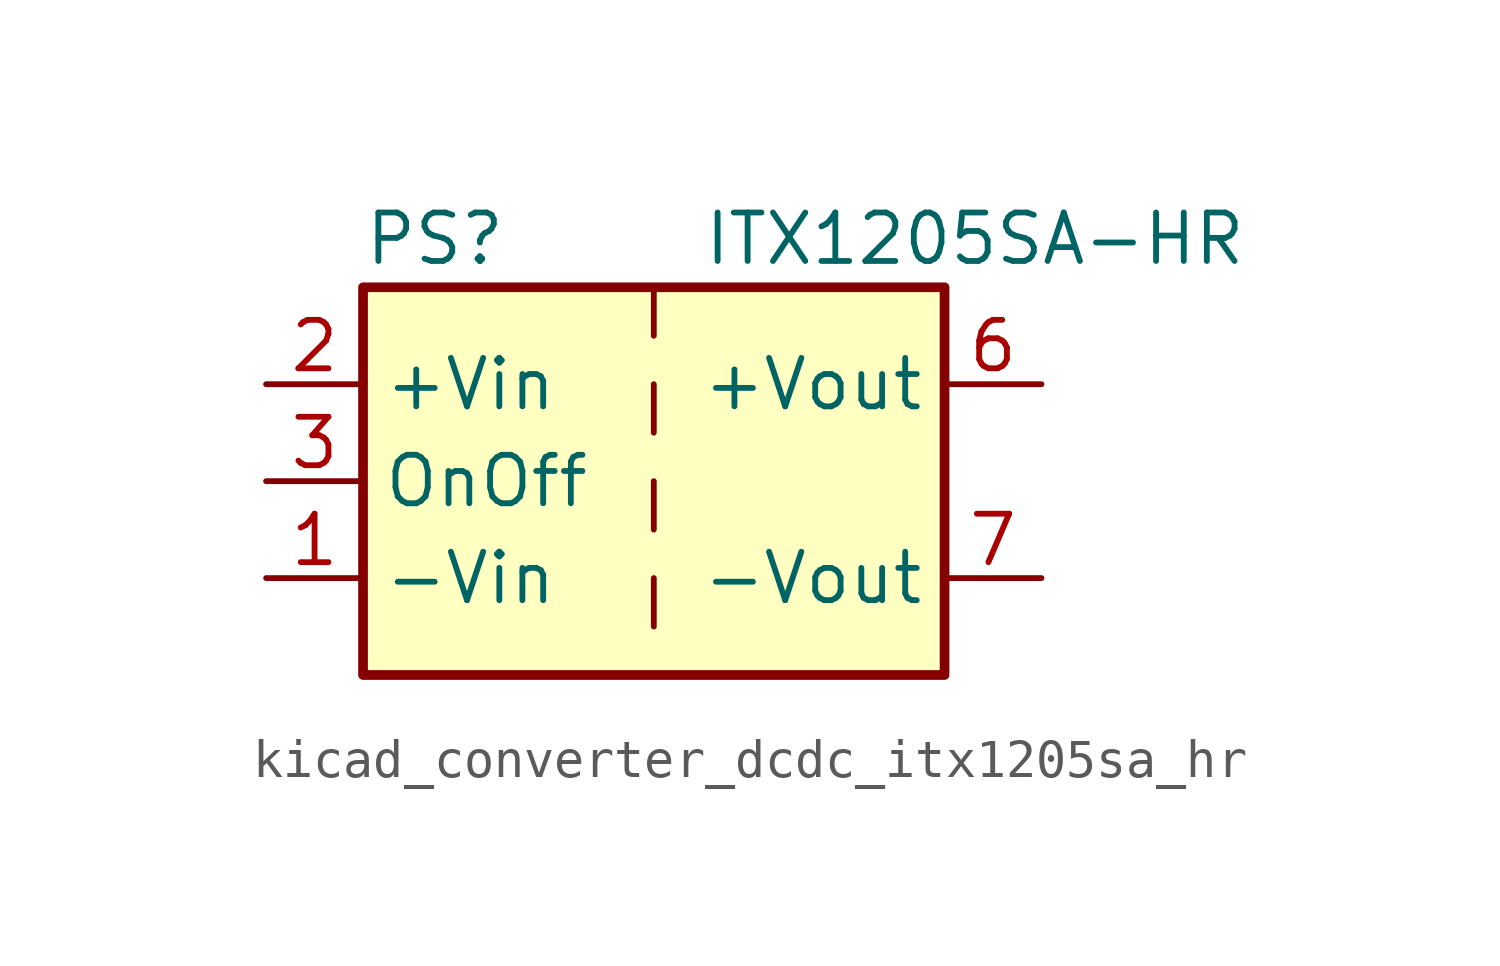
<source format=kicad_sym>
(kicad_symbol_lib
  (version 20220914)
  (generator kicad_symbol_editor)
  (symbol "kicad_converter_dcdc_itx1205sa_hr"
    (property "Reference" "PS"
      (at -7.62 6.35 0)
      (effects (font (size 1.27 1.27)) (justify left)))
    (property "Value" "ITX1205SA-HR"
      (at 1.27 6.35 0)
      (effects (font (size 1.27 1.27)) (justify left)))
    (symbol "kicad_converter_dcdc_itx1205sa_hr_0_0"
      (pin power_in line (at -10.16 -2.54 0) (length 2.54) (name "-Vin" (effects (font (size 1.27 1.27)))) (number "1" (effects (font (size 1.27 1.27)))))
      (pin power_in line (at -10.16 2.54 0) (length 2.54) (name "+Vin" (effects (font (size 1.27 1.27)))) (number "2" (effects (font (size 1.27 1.27)))))
      (pin input line (at -10.16 0 0) (length 2.54) (name "OnOff" (effects (font (size 1.27 1.27)))) (number "3" (effects (font (size 1.27 1.27)))))
      (pin no_connect line (at 0 5.08 270) (length 2.54) hide (name "NC" (effects (font (size 1.27 1.27)))) (number "5" (effects (font (size 1.27 1.27)))))
      (pin power_out line (at 10.16 2.54 180) (length 2.54) (name "+Vout" (effects (font (size 1.27 1.27)))) (number "6" (effects (font (size 1.27 1.27)))))
      (pin power_out line (at 10.16 -2.54 180) (length 2.54) (name "-Vout" (effects (font (size 1.27 1.27)))) (number "7" (effects (font (size 1.27 1.27)))))
      (pin no_connect line (at 7.62 0 180) (length 2.54) hide (name "NC" (effects (font (size 1.27 1.27)))) (number "8" (effects (font (size 1.27 1.27))))))
    (symbol "kicad_converter_dcdc_itx1205sa_hr_0_1"
      (rectangle (start -7.62 5.08) (end 7.62 -5.08) (stroke (width 0.254) (type default)) (fill (type background)))
      (polyline (pts (xy 0 -2.54) (xy 0 -3.81)) (stroke (width 0) (type default)) (fill (type none)))
      (polyline (pts (xy 0 0) (xy 0 -1.27)) (stroke (width 0) (type default)) (fill (type none)))
      (polyline (pts (xy 0 2.54) (xy 0 1.27)) (stroke (width 0) (type default)) (fill (type none)))
      (polyline (pts (xy 0 5.08) (xy 0 3.81)) (stroke (width 0) (type default)) (fill (type none))))))
</source>
